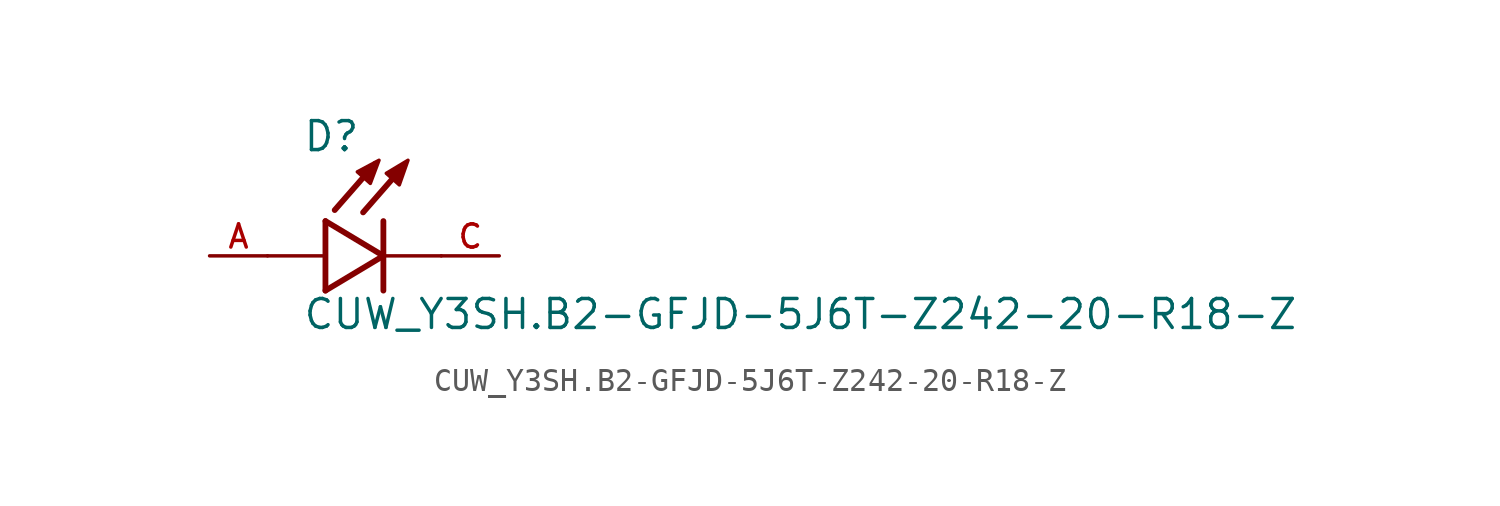
<source format=kicad_sym>
(kicad_symbol_lib
  (version 20211014)
  (generator kicad_symbol_editor)
  (symbol "CUW_Y3SH.B2-GFJD-5J6T-Z242-20-R18-Z"
    (pin_names
      (offset 1.016))
    (property "Reference" "D"
      (at -3.556 4.496 0)
      (effects (font (size 1.27 1.27)) (justify bottom left)))
    (property "Value" "CUW_Y3SH.B2-GFJD-5J6T-Z242-20-R18-Z"
      (at -3.556 -3.302 0)
      (effects (font (size 1.27 1.27)) (justify bottom left)))
    (symbol "CUW_Y3SH.B2-GFJD-5J6T-Z242-20-R18-Z_0_0"
      (polyline (pts (xy -2.54 1.524) (xy -2.54 -1.524)) (stroke (width 0.254)))
      (polyline (pts (xy -2.54 -1.524) (xy 0.0 0.0)) (stroke (width 0.254)))
      (polyline (pts (xy 0.0 0.0) (xy -2.54 1.524)) (stroke (width 0.254)))
      (polyline (pts (xy 0.0 1.524) (xy 0.0 0.0)) (stroke (width 0.254)))
      (polyline (pts (xy 0.0 0.0) (xy 0.0 -1.524)) (stroke (width 0.254)))
      (polyline (pts (xy -2.54 0.0) (xy -5.08 0.0)) (stroke (width 0.152)))
      (polyline (pts (xy 0.889 3.937) (xy -0.889 1.905)) (stroke (width 0.254)))
      (polyline (pts (xy -0.356 4.039) (xy -2.134 2.007)) (stroke (width 0.254)))
      (polyline (pts (xy 2.54 0.0) (xy 0.0 0.0)) (stroke (width 0.152)))
      (polyline (pts (xy -1.143 3.683) (xy -0.572 3.175) (xy -0.191 4.191) (xy -1.143 3.683)) (stroke (width 0.152)) (fill (type outline)))
      (polyline (pts (xy 0.127 3.619) (xy 0.699 3.111) (xy 1.079 4.191) (xy 0.127 3.619)) (stroke (width 0.152)) (fill (type outline)))
      (pin passive line (at 5.08 0.0 180.0) (length 2.54) (name "~" (effects (font (size 1.016 1.016)))) (number "C" (effects (font (size 1.016 1.016)))))
      (pin passive line (at -7.62 0.0 0) (length 2.54) (name "~" (effects (font (size 1.016 1.016)))) (number "A" (effects (font (size 1.016 1.016))))))))
</source>
